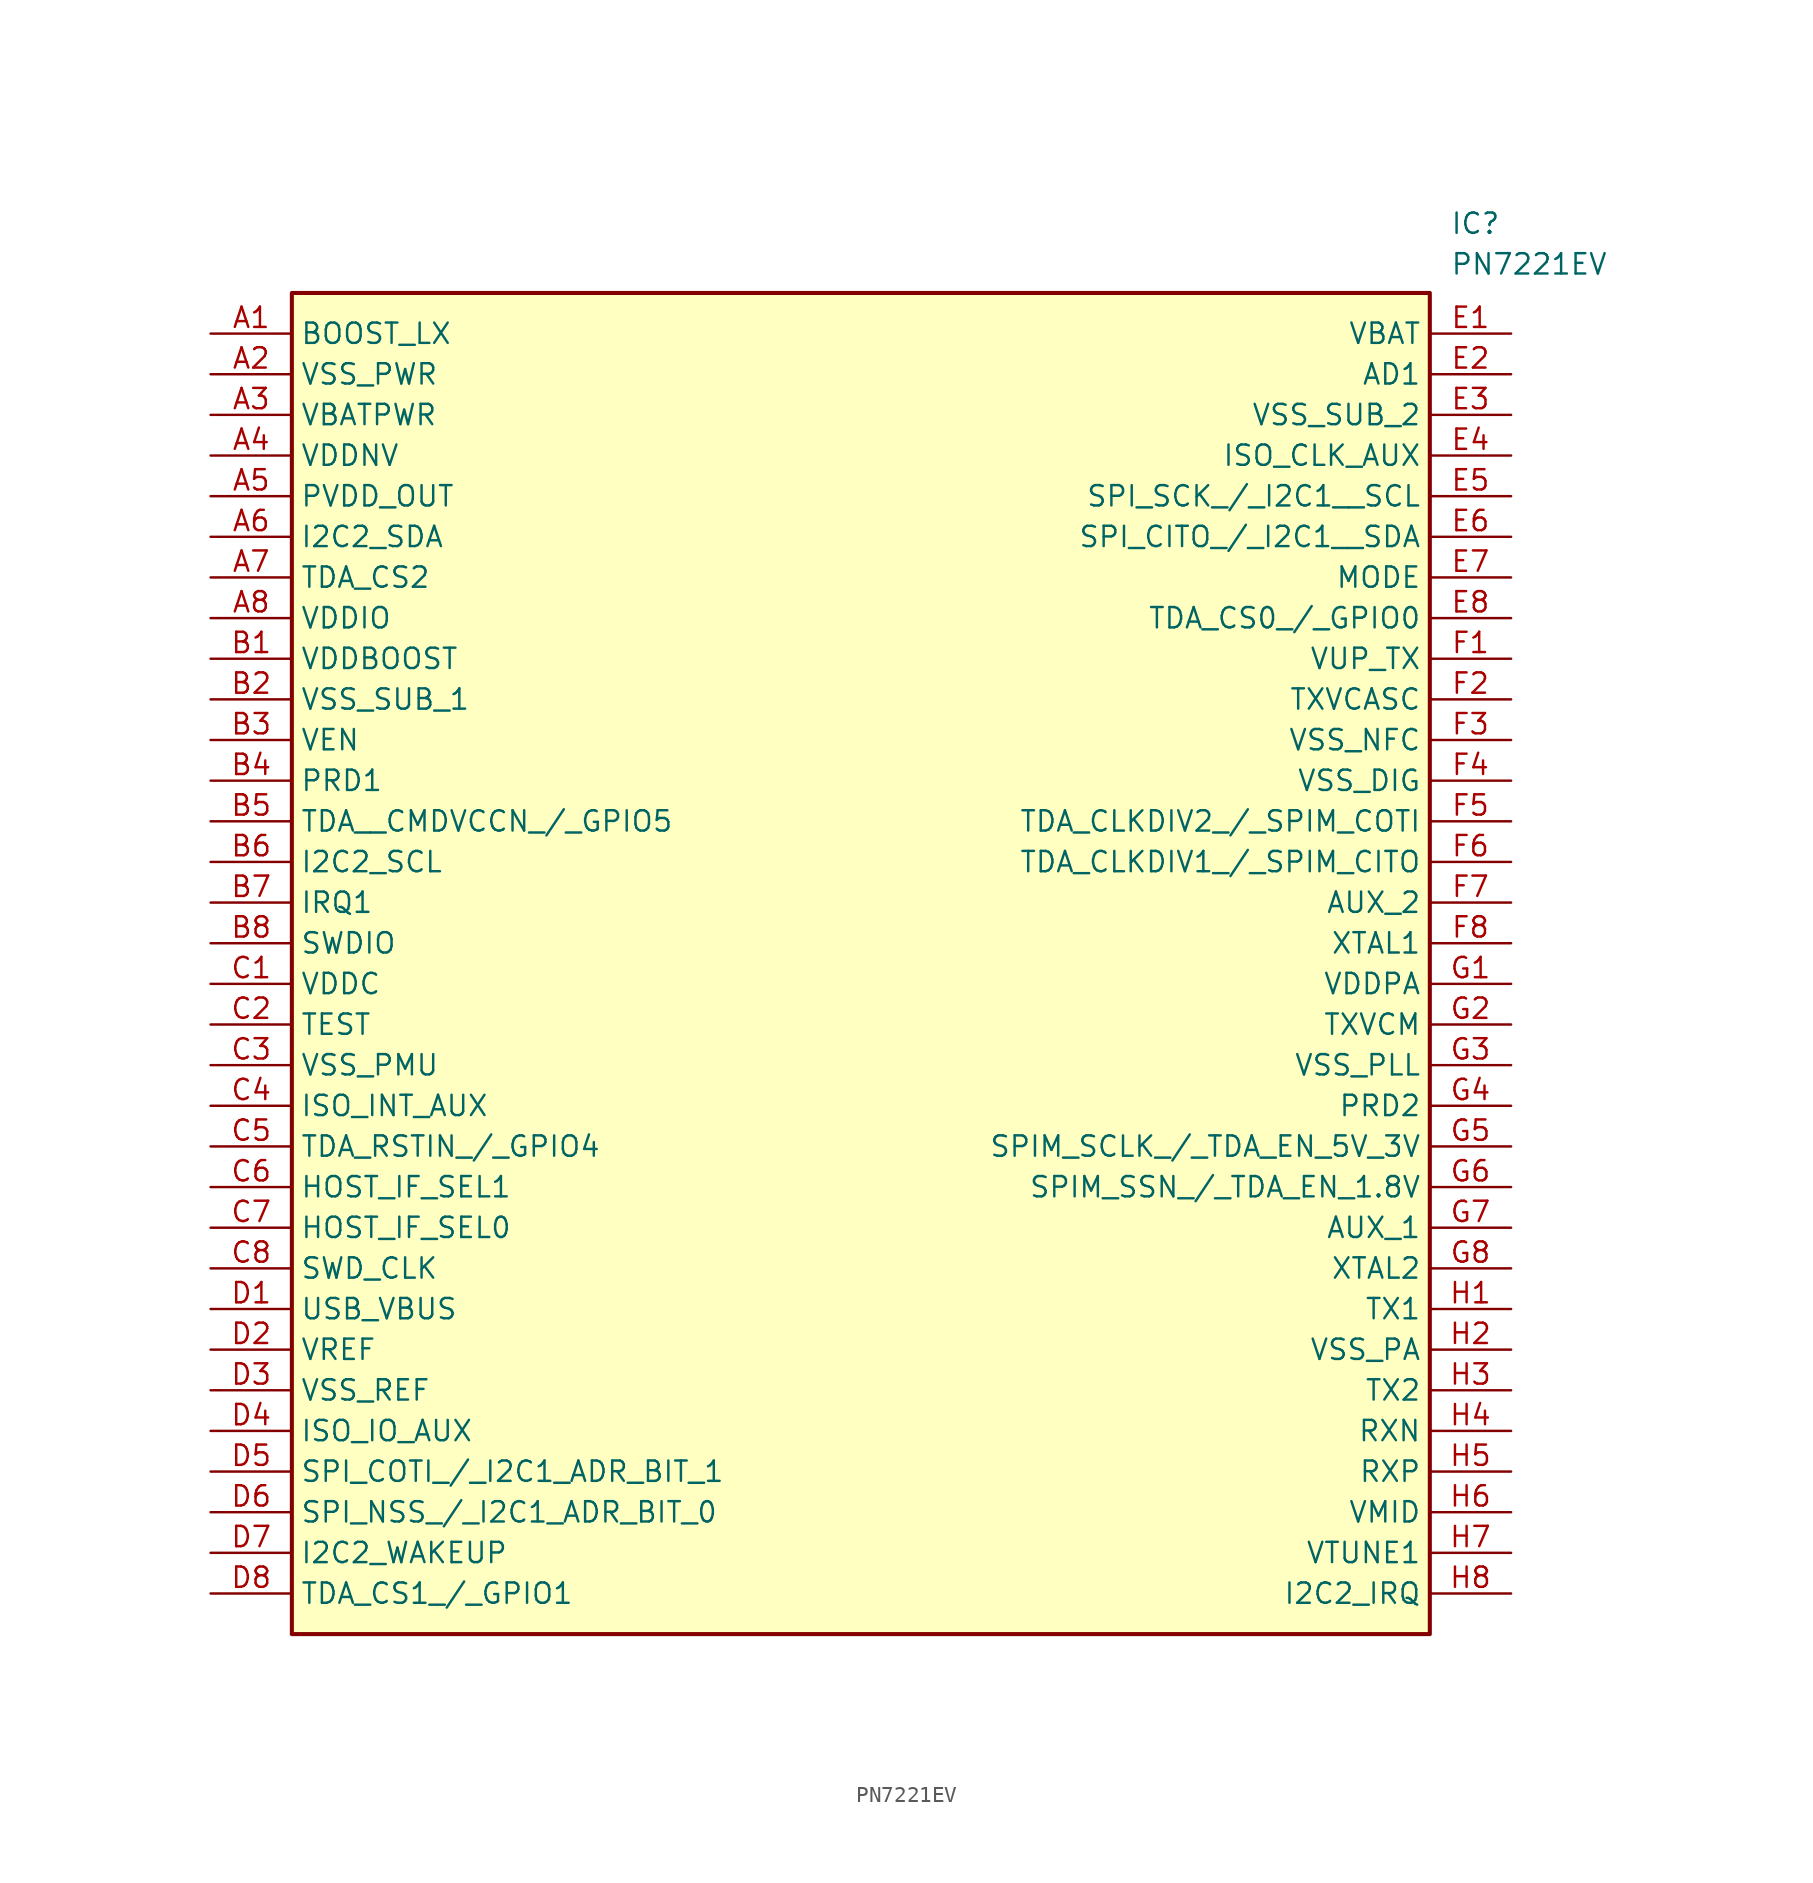
<source format=kicad_sym>
(kicad_symbol_lib
  (version 20211014)
  (generator SamacSys_ECAD_Model)
  (symbol "PN7221EV"
    (property "Reference" "IC"
      (at 77.47 7.62 0)
      (effects (font (size 1.27 1.27)) (justify left top)))
    (property "Value" "PN7221EV"
      (at 77.47 5.08 0)
      (effects (font (size 1.27 1.27)) (justify left top)))
    (rectangle
      (start 5.08 2.54)
      (end 76.2 -81.28)
      (stroke (width 0.254) (type default))
      (fill (type background)))
    (pin passive line
      (at 0 0 0)
      (length 5.08)
      (name "BOOST_LX" (effects (font (size 1.27 1.27))))
      (number "A1" (effects (font (size 1.27 1.27)))))
    (pin passive line
      (at 0 -2.54 0)
      (length 5.08)
      (name "VSS_PWR" (effects (font (size 1.27 1.27))))
      (number "A2" (effects (font (size 1.27 1.27)))))
    (pin passive line
      (at 0 -5.08 0)
      (length 5.08)
      (name "VBATPWR" (effects (font (size 1.27 1.27))))
      (number "A3" (effects (font (size 1.27 1.27)))))
    (pin passive line
      (at 0 -7.62 0)
      (length 5.08)
      (name "VDDNV" (effects (font (size 1.27 1.27))))
      (number "A4" (effects (font (size 1.27 1.27)))))
    (pin passive line
      (at 0 -10.16 0)
      (length 5.08)
      (name "PVDD_OUT" (effects (font (size 1.27 1.27))))
      (number "A5" (effects (font (size 1.27 1.27)))))
    (pin passive line
      (at 0 -12.7 0)
      (length 5.08)
      (name "I2C2_SDA" (effects (font (size 1.27 1.27))))
      (number "A6" (effects (font (size 1.27 1.27)))))
    (pin passive line
      (at 0 -15.24 0)
      (length 5.08)
      (name "TDA_CS2" (effects (font (size 1.27 1.27))))
      (number "A7" (effects (font (size 1.27 1.27)))))
    (pin passive line
      (at 0 -17.78 0)
      (length 5.08)
      (name "VDDIO" (effects (font (size 1.27 1.27))))
      (number "A8" (effects (font (size 1.27 1.27)))))
    (pin passive line
      (at 0 -20.32 0)
      (length 5.08)
      (name "VDDBOOST" (effects (font (size 1.27 1.27))))
      (number "B1" (effects (font (size 1.27 1.27)))))
    (pin passive line
      (at 0 -22.86 0)
      (length 5.08)
      (name "VSS_SUB_1" (effects (font (size 1.27 1.27))))
      (number "B2" (effects (font (size 1.27 1.27)))))
    (pin passive line
      (at 0 -25.4 0)
      (length 5.08)
      (name "VEN" (effects (font (size 1.27 1.27))))
      (number "B3" (effects (font (size 1.27 1.27)))))
    (pin passive line
      (at 0 -27.94 0)
      (length 5.08)
      (name "PRD1" (effects (font (size 1.27 1.27))))
      (number "B4" (effects (font (size 1.27 1.27)))))
    (pin passive line
      (at 0 -30.48 0)
      (length 5.08)
      (name "TDA__CMDVCCN_/_GPIO5" (effects (font (size 1.27 1.27))))
      (number "B5" (effects (font (size 1.27 1.27)))))
    (pin passive line
      (at 0 -33.02 0)
      (length 5.08)
      (name "I2C2_SCL" (effects (font (size 1.27 1.27))))
      (number "B6" (effects (font (size 1.27 1.27)))))
    (pin passive line
      (at 0 -35.56 0)
      (length 5.08)
      (name "IRQ1" (effects (font (size 1.27 1.27))))
      (number "B7" (effects (font (size 1.27 1.27)))))
    (pin passive line
      (at 0 -38.1 0)
      (length 5.08)
      (name "SWDIO" (effects (font (size 1.27 1.27))))
      (number "B8" (effects (font (size 1.27 1.27)))))
    (pin passive line
      (at 0 -40.64 0)
      (length 5.08)
      (name "VDDC" (effects (font (size 1.27 1.27))))
      (number "C1" (effects (font (size 1.27 1.27)))))
    (pin passive line
      (at 0 -43.18 0)
      (length 5.08)
      (name "TEST" (effects (font (size 1.27 1.27))))
      (number "C2" (effects (font (size 1.27 1.27)))))
    (pin passive line
      (at 0 -45.72 0)
      (length 5.08)
      (name "VSS_PMU" (effects (font (size 1.27 1.27))))
      (number "C3" (effects (font (size 1.27 1.27)))))
    (pin passive line
      (at 0 -48.26 0)
      (length 5.08)
      (name "ISO_INT_AUX" (effects (font (size 1.27 1.27))))
      (number "C4" (effects (font (size 1.27 1.27)))))
    (pin passive line
      (at 0 -50.8 0)
      (length 5.08)
      (name "TDA_RSTIN_/_GPIO4" (effects (font (size 1.27 1.27))))
      (number "C5" (effects (font (size 1.27 1.27)))))
    (pin passive line
      (at 0 -53.34 0)
      (length 5.08)
      (name "HOST_IF_SEL1" (effects (font (size 1.27 1.27))))
      (number "C6" (effects (font (size 1.27 1.27)))))
    (pin passive line
      (at 0 -55.88 0)
      (length 5.08)
      (name "HOST_IF_SEL0" (effects (font (size 1.27 1.27))))
      (number "C7" (effects (font (size 1.27 1.27)))))
    (pin passive line
      (at 0 -58.42 0)
      (length 5.08)
      (name "SWD_CLK" (effects (font (size 1.27 1.27))))
      (number "C8" (effects (font (size 1.27 1.27)))))
    (pin passive line
      (at 0 -60.96 0)
      (length 5.08)
      (name "USB_VBUS" (effects (font (size 1.27 1.27))))
      (number "D1" (effects (font (size 1.27 1.27)))))
    (pin passive line
      (at 0 -63.5 0)
      (length 5.08)
      (name "VREF" (effects (font (size 1.27 1.27))))
      (number "D2" (effects (font (size 1.27 1.27)))))
    (pin passive line
      (at 0 -66.04 0)
      (length 5.08)
      (name "VSS_REF" (effects (font (size 1.27 1.27))))
      (number "D3" (effects (font (size 1.27 1.27)))))
    (pin passive line
      (at 0 -68.58 0)
      (length 5.08)
      (name "ISO_IO_AUX" (effects (font (size 1.27 1.27))))
      (number "D4" (effects (font (size 1.27 1.27)))))
    (pin passive line
      (at 0 -71.12 0)
      (length 5.08)
      (name "SPI_COTI_/_I2C1_ADR_BIT_1" (effects (font (size 1.27 1.27))))
      (number "D5" (effects (font (size 1.27 1.27)))))
    (pin passive line
      (at 0 -73.66 0)
      (length 5.08)
      (name "SPI_NSS_/_I2C1_ADR_BIT_0" (effects (font (size 1.27 1.27))))
      (number "D6" (effects (font (size 1.27 1.27)))))
    (pin passive line
      (at 0 -76.2 0)
      (length 5.08)
      (name "I2C2_WAKEUP" (effects (font (size 1.27 1.27))))
      (number "D7" (effects (font (size 1.27 1.27)))))
    (pin passive line
      (at 0 -78.74 0)
      (length 5.08)
      (name "TDA_CS1_/_GPIO1" (effects (font (size 1.27 1.27))))
      (number "D8" (effects (font (size 1.27 1.27)))))
    (pin passive line
      (at 81.28 0 180)
      (length 5.08)
      (name "VBAT" (effects (font (size 1.27 1.27))))
      (number "E1" (effects (font (size 1.27 1.27)))))
    (pin passive line
      (at 81.28 -2.54 180)
      (length 5.08)
      (name "AD1" (effects (font (size 1.27 1.27))))
      (number "E2" (effects (font (size 1.27 1.27)))))
    (pin passive line
      (at 81.28 -5.08 180)
      (length 5.08)
      (name "VSS_SUB_2" (effects (font (size 1.27 1.27))))
      (number "E3" (effects (font (size 1.27 1.27)))))
    (pin passive line
      (at 81.28 -7.62 180)
      (length 5.08)
      (name "ISO_CLK_AUX" (effects (font (size 1.27 1.27))))
      (number "E4" (effects (font (size 1.27 1.27)))))
    (pin passive line
      (at 81.28 -10.16 180)
      (length 5.08)
      (name "SPI_SCK_/_I2C1__SCL" (effects (font (size 1.27 1.27))))
      (number "E5" (effects (font (size 1.27 1.27)))))
    (pin passive line
      (at 81.28 -12.7 180)
      (length 5.08)
      (name "SPI_CITO_/_I2C1__SDA" (effects (font (size 1.27 1.27))))
      (number "E6" (effects (font (size 1.27 1.27)))))
    (pin passive line
      (at 81.28 -15.24 180)
      (length 5.08)
      (name "MODE" (effects (font (size 1.27 1.27))))
      (number "E7" (effects (font (size 1.27 1.27)))))
    (pin passive line
      (at 81.28 -17.78 180)
      (length 5.08)
      (name "TDA_CS0_/_GPIO0" (effects (font (size 1.27 1.27))))
      (number "E8" (effects (font (size 1.27 1.27)))))
    (pin passive line
      (at 81.28 -20.32 180)
      (length 5.08)
      (name "VUP_TX" (effects (font (size 1.27 1.27))))
      (number "F1" (effects (font (size 1.27 1.27)))))
    (pin passive line
      (at 81.28 -22.86 180)
      (length 5.08)
      (name "TXVCASC" (effects (font (size 1.27 1.27))))
      (number "F2" (effects (font (size 1.27 1.27)))))
    (pin passive line
      (at 81.28 -25.4 180)
      (length 5.08)
      (name "VSS_NFC" (effects (font (size 1.27 1.27))))
      (number "F3" (effects (font (size 1.27 1.27)))))
    (pin passive line
      (at 81.28 -27.94 180)
      (length 5.08)
      (name "VSS_DIG" (effects (font (size 1.27 1.27))))
      (number "F4" (effects (font (size 1.27 1.27)))))
    (pin passive line
      (at 81.28 -30.48 180)
      (length 5.08)
      (name "TDA_CLKDIV2_/_SPIM_COTI" (effects (font (size 1.27 1.27))))
      (number "F5" (effects (font (size 1.27 1.27)))))
    (pin passive line
      (at 81.28 -33.02 180)
      (length 5.08)
      (name "TDA_CLKDIV1_/_SPIM_CITO" (effects (font (size 1.27 1.27))))
      (number "F6" (effects (font (size 1.27 1.27)))))
    (pin passive line
      (at 81.28 -35.56 180)
      (length 5.08)
      (name "AUX_2" (effects (font (size 1.27 1.27))))
      (number "F7" (effects (font (size 1.27 1.27)))))
    (pin passive line
      (at 81.28 -38.1 180)
      (length 5.08)
      (name "XTAL1" (effects (font (size 1.27 1.27))))
      (number "F8" (effects (font (size 1.27 1.27)))))
    (pin passive line
      (at 81.28 -40.64 180)
      (length 5.08)
      (name "VDDPA" (effects (font (size 1.27 1.27))))
      (number "G1" (effects (font (size 1.27 1.27)))))
    (pin passive line
      (at 81.28 -43.18 180)
      (length 5.08)
      (name "TXVCM" (effects (font (size 1.27 1.27))))
      (number "G2" (effects (font (size 1.27 1.27)))))
    (pin passive line
      (at 81.28 -45.72 180)
      (length 5.08)
      (name "VSS_PLL" (effects (font (size 1.27 1.27))))
      (number "G3" (effects (font (size 1.27 1.27)))))
    (pin passive line
      (at 81.28 -48.26 180)
      (length 5.08)
      (name "PRD2" (effects (font (size 1.27 1.27))))
      (number "G4" (effects (font (size 1.27 1.27)))))
    (pin passive line
      (at 81.28 -50.8 180)
      (length 5.08)
      (name "SPIM_SCLK_/_TDA_EN_5V_3V" (effects (font (size 1.27 1.27))))
      (number "G5" (effects (font (size 1.27 1.27)))))
    (pin passive line
      (at 81.28 -53.34 180)
      (length 5.08)
      (name "SPIM_SSN_/_TDA_EN_1.8V" (effects (font (size 1.27 1.27))))
      (number "G6" (effects (font (size 1.27 1.27)))))
    (pin passive line
      (at 81.28 -55.88 180)
      (length 5.08)
      (name "AUX_1" (effects (font (size 1.27 1.27))))
      (number "G7" (effects (font (size 1.27 1.27)))))
    (pin passive line
      (at 81.28 -58.42 180)
      (length 5.08)
      (name "XTAL2" (effects (font (size 1.27 1.27))))
      (number "G8" (effects (font (size 1.27 1.27)))))
    (pin passive line
      (at 81.28 -60.96 180)
      (length 5.08)
      (name "TX1" (effects (font (size 1.27 1.27))))
      (number "H1" (effects (font (size 1.27 1.27)))))
    (pin passive line
      (at 81.28 -63.5 180)
      (length 5.08)
      (name "VSS_PA" (effects (font (size 1.27 1.27))))
      (number "H2" (effects (font (size 1.27 1.27)))))
    (pin passive line
      (at 81.28 -66.04 180)
      (length 5.08)
      (name "TX2" (effects (font (size 1.27 1.27))))
      (number "H3" (effects (font (size 1.27 1.27)))))
    (pin passive line
      (at 81.28 -68.58 180)
      (length 5.08)
      (name "RXN" (effects (font (size 1.27 1.27))))
      (number "H4" (effects (font (size 1.27 1.27)))))
    (pin passive line
      (at 81.28 -71.12 180)
      (length 5.08)
      (name "RXP" (effects (font (size 1.27 1.27))))
      (number "H5" (effects (font (size 1.27 1.27)))))
    (pin passive line
      (at 81.28 -73.66 180)
      (length 5.08)
      (name "VMID" (effects (font (size 1.27 1.27))))
      (number "H6" (effects (font (size 1.27 1.27)))))
    (pin passive line
      (at 81.28 -76.2 180)
      (length 5.08)
      (name "VTUNE1" (effects (font (size 1.27 1.27))))
      (number "H7" (effects (font (size 1.27 1.27)))))
    (pin passive line
      (at 81.28 -78.74 180)
      (length 5.08)
      (name "I2C2_IRQ" (effects (font (size 1.27 1.27))))
      (number "H8" (effects (font (size 1.27 1.27)))))))
</source>
